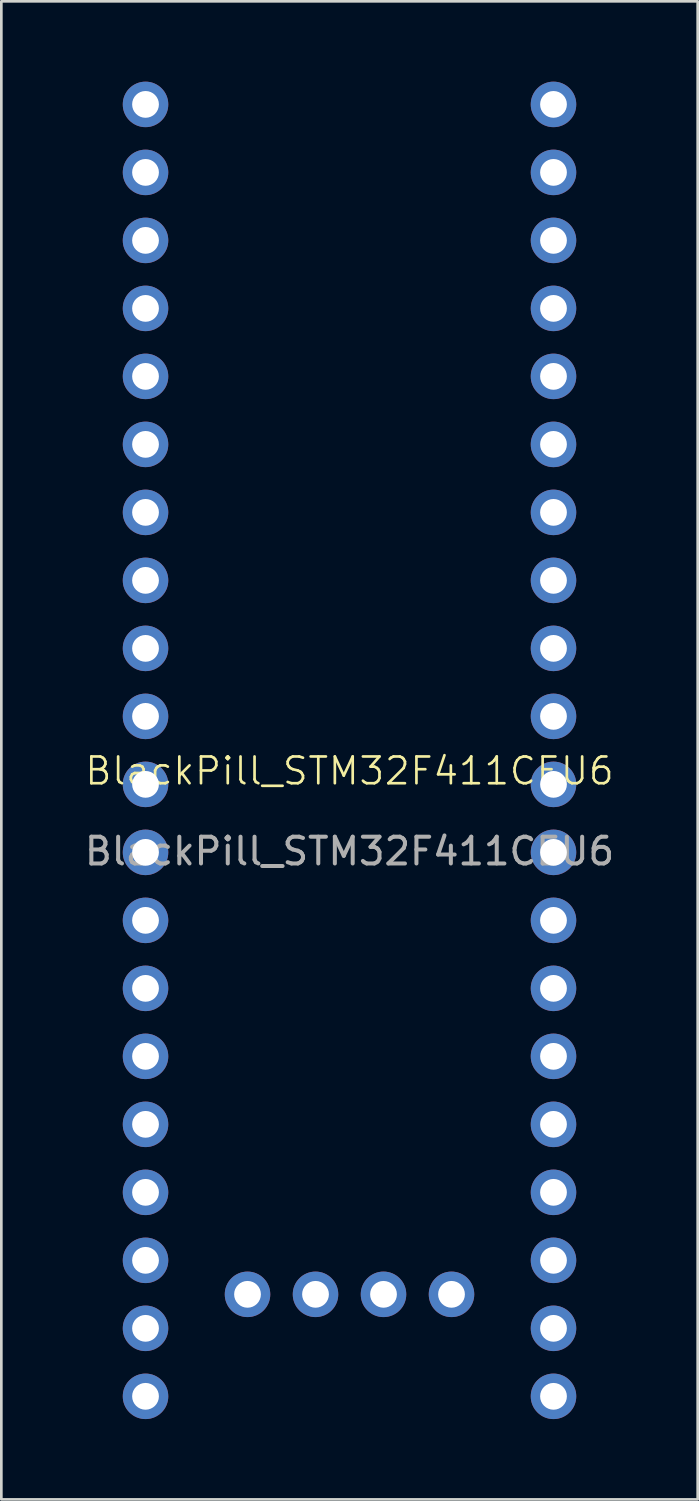
<source format=kicad_pcb>
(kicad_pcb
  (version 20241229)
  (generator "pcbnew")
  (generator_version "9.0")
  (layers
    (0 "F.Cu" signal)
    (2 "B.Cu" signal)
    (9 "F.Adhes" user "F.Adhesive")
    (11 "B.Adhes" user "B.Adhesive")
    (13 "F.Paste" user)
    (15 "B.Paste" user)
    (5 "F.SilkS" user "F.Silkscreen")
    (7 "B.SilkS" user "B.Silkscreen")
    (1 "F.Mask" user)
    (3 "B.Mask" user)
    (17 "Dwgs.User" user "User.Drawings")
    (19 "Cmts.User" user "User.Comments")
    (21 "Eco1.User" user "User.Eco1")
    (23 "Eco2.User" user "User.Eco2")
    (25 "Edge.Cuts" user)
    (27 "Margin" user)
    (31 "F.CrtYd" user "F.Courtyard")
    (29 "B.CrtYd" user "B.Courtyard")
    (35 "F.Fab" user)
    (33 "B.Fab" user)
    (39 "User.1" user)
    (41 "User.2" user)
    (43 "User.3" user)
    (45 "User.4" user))
  (footprint "BlackPill_STM32F411CEU6"
    (layer "F.Cu")
    (at 10.006 26.25)
    (property "Reference" "BlackPill_STM32F411CEU6" (at 0 -0.5 0) (unlocked yes) (layer "F.SilkS") (effects (font (size 1 1) (thickness 0.1))))
    (attr smd)
    (fp_text user "${REFERENCE}" (at 0 2.5 0) (unlocked yes) (layer "F.Fab") (effects (font (size 1 1) (thickness 0.15))))
    (pad "1" thru_hole circle (at -7.62 -25.4) (size 1.7 1.7) (drill 1) (layers "*.Cu" "*.Mask"))
    (pad "2" thru_hole circle (at -7.62 -22.86) (size 1.7 1.7) (drill 1) (layers "*.Cu" "*.Mask"))
    (pad "3" thru_hole circle (at -7.62 -20.32) (size 1.7 1.7) (drill 1) (layers "*.Cu" "*.Mask"))
    (pad "4" thru_hole circle (at -7.62 -17.78) (size 1.7 1.7) (drill 1) (layers "*.Cu" "*.Mask"))
    (pad "5" thru_hole circle (at -7.62 -15.24) (size 1.7 1.7) (drill 1) (layers "*.Cu" "*.Mask"))
    (pad "6" thru_hole circle (at -7.62 -12.7) (size 1.7 1.7) (drill 1) (layers "*.Cu" "*.Mask"))
    (pad "7" thru_hole circle (at -7.62 -10.16) (size 1.7 1.7) (drill 1) (layers "*.Cu" "*.Mask"))
    (pad "8" thru_hole circle (at -7.62 -7.62) (size 1.7 1.7) (drill 1) (layers "*.Cu" "*.Mask"))
    (pad "9" thru_hole circle (at -7.62 -5.08) (size 1.7 1.7) (drill 1) (layers "*.Cu" "*.Mask"))
    (pad "10" thru_hole circle (at -7.62 -2.54) (size 1.7 1.7) (drill 1) (layers "*.Cu" "*.Mask"))
    (pad "11" thru_hole circle (at -7.62 0) (size 1.7 1.7) (drill 1) (layers "*.Cu" "*.Mask"))
    (pad "12" thru_hole circle (at -7.62 2.54) (size 1.7 1.7) (drill 1) (layers "*.Cu" "*.Mask"))
    (pad "13" thru_hole circle (at -7.62 5.08) (size 1.7 1.7) (drill 1) (layers "*.Cu" "*.Mask"))
    (pad "14" thru_hole circle (at -7.62 7.62) (size 1.7 1.7) (drill 1) (layers "*.Cu" "*.Mask"))
    (pad "15" thru_hole circle (at -7.62 10.16) (size 1.7 1.7) (drill 1) (layers "*.Cu" "*.Mask"))
    (pad "16" thru_hole circle (at -7.62 12.7) (size 1.7 1.7) (drill 1) (layers "*.Cu" "*.Mask"))
    (pad "17" thru_hole circle (at -7.62 15.24) (size 1.7 1.7) (drill 1) (layers "*.Cu" "*.Mask"))
    (pad "18" thru_hole circle (at -7.62 17.78) (size 1.7 1.7) (drill 1) (layers "*.Cu" "*.Mask"))
    (pad "19" thru_hole circle (at -7.62 20.32) (size 1.7 1.7) (drill 1) (layers "*.Cu" "*.Mask"))
    (pad "20" thru_hole circle (at -7.62 22.86) (size 1.7 1.7) (drill 1) (layers "*.Cu" "*.Mask"))
    (pad "21" thru_hole circle (at 7.62 -25.4) (size 1.7 1.7) (drill 1) (layers "*.Cu" "*.Mask"))
    (pad "22" thru_hole circle (at 7.62 -22.86) (size 1.7 1.7) (drill 1) (layers "*.Cu" "*.Mask"))
    (pad "23" thru_hole circle (at 7.62 -20.32) (size 1.7 1.7) (drill 1) (layers "*.Cu" "*.Mask"))
    (pad "24" thru_hole circle (at 7.62 -17.78) (size 1.7 1.7) (drill 1) (layers "*.Cu" "*.Mask"))
    (pad "25" thru_hole circle (at 7.62 -15.24) (size 1.7 1.7) (drill 1) (layers "*.Cu" "*.Mask"))
    (pad "26" thru_hole circle (at 7.62 -12.7) (size 1.7 1.7) (drill 1) (layers "*.Cu" "*.Mask"))
    (pad "27" thru_hole circle (at 7.62 -10.16) (size 1.7 1.7) (drill 1) (layers "*.Cu" "*.Mask"))
    (pad "28" thru_hole circle (at 7.62 -7.62) (size 1.7 1.7) (drill 1) (layers "*.Cu" "*.Mask"))
    (pad "29" thru_hole circle (at 7.62 -5.08) (size 1.7 1.7) (drill 1) (layers "*.Cu" "*.Mask"))
    (pad "30" thru_hole circle (at 7.62 -2.54) (size 1.7 1.7) (drill 1) (layers "*.Cu" "*.Mask"))
    (pad "31" thru_hole circle (at 7.62 0) (size 1.7 1.7) (drill 1) (layers "*.Cu" "*.Mask"))
    (pad "32" thru_hole circle (at 7.62 2.54) (size 1.7 1.7) (drill 1) (layers "*.Cu" "*.Mask"))
    (pad "33" thru_hole circle (at 7.62 5.08) (size 1.7 1.7) (drill 1) (layers "*.Cu" "*.Mask"))
    (pad "34" thru_hole circle (at 7.62 7.62) (size 1.7 1.7) (drill 1) (layers "*.Cu" "*.Mask"))
    (pad "35" thru_hole circle (at 7.62 10.16) (size 1.7 1.7) (drill 1) (layers "*.Cu" "*.Mask"))
    (pad "36" thru_hole circle (at 7.62 12.7) (size 1.7 1.7) (drill 1) (layers "*.Cu" "*.Mask"))
    (pad "37" thru_hole circle (at 7.62 15.24) (size 1.7 1.7) (drill 1) (layers "*.Cu" "*.Mask"))
    (pad "38" thru_hole circle (at 7.62 17.78) (size 1.7 1.7) (drill 1) (layers "*.Cu" "*.Mask"))
    (pad "39" thru_hole circle (at 7.62 20.32) (size 1.7 1.7) (drill 1) (layers "*.Cu" "*.Mask"))
    (pad "40" thru_hole circle (at 7.62 22.86) (size 1.7 1.7) (drill 1) (layers "*.Cu" "*.Mask"))
    (pad "41" thru_hole circle (at -3.81 19.05) (size 1.7 1.7) (drill 1) (layers "*.Cu" "*.Mask"))
    (pad "42" thru_hole circle (at -1.27 19.05) (size 1.7 1.7) (drill 1) (layers "*.Cu" "*.Mask"))
    (pad "43" thru_hole circle (at 1.27 19.05) (size 1.7 1.7) (drill 1) (layers "*.Cu" "*.Mask"))
    (pad "44" thru_hole circle (at 3.81 19.05) (size 1.7 1.7) (drill 1) (layers "*.Cu" "*.Mask")))
  (gr_rect
    (start -3 -3)
    (end 23.012 52.96)
    (stroke (width 0.1) (type default))
    (fill no)
    (layer "Edge.Cuts")))
</source>
